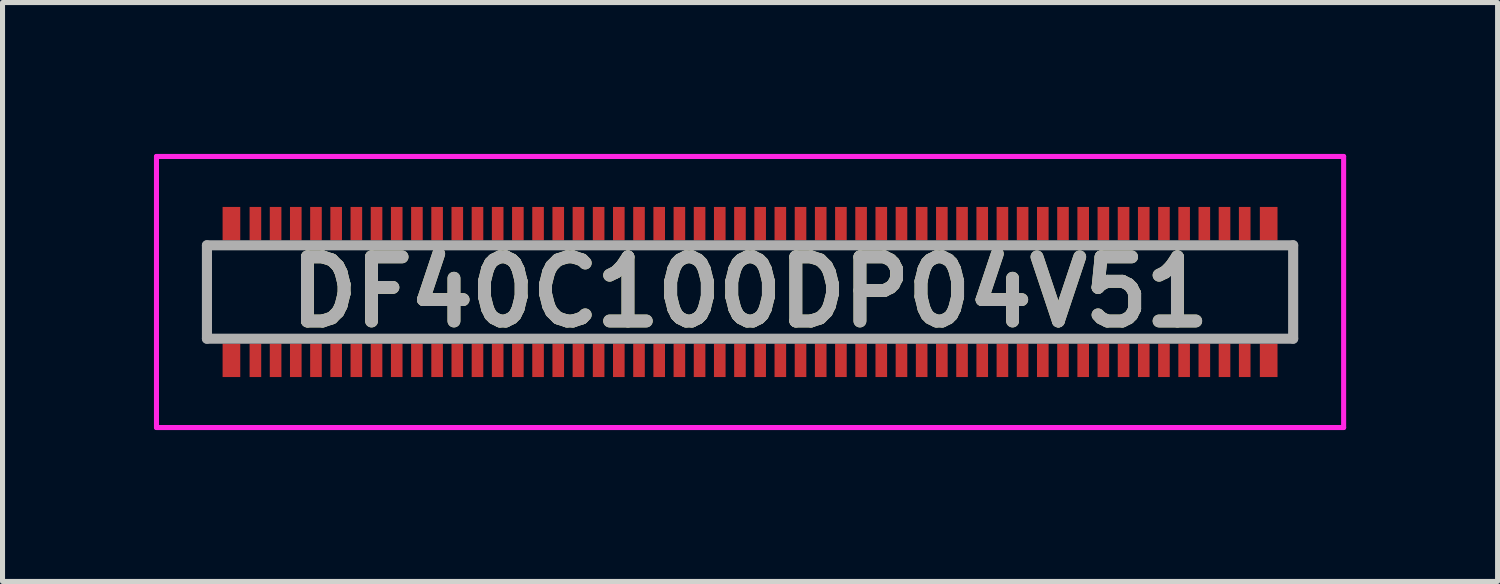
<source format=kicad_pcb>
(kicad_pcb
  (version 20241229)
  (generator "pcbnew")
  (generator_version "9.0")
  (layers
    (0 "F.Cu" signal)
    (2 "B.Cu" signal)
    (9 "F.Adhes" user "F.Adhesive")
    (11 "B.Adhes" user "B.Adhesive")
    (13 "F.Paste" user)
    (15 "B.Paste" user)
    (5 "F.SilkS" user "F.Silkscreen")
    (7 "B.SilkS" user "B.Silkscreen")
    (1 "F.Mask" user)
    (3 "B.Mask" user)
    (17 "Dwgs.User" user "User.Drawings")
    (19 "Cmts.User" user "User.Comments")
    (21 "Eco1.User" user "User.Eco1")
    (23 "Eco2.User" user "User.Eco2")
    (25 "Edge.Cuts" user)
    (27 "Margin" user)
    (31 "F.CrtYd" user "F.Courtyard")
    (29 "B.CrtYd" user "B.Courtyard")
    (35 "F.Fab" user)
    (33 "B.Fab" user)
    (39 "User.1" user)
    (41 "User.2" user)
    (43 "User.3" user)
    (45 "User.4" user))
  (footprint "DF40C100DP04V51"
    (layer "F.Cu")
    (at 11.81 2.735)
    (property "Reference" "DF40C100DP04V51" (at 0 0 0) (layer "F.SilkS") (effects (font (size 1.27 1.27) (thickness 0.254))))
    (attr smd)
    (fp_line (start -10.76 -0.925) (end -10.76 0.925) (stroke (width 0.1) (type solid)) (layer "F.SilkS"))
    (fp_line (start 10.76 -0.925) (end 10.76 0.925) (stroke (width 0.1) (type solid)) (layer "F.SilkS"))
    (fp_line (start -11.76 -2.685) (end 11.76 -2.685) (stroke (width 0.1) (type solid)) (layer "F.CrtYd"))
    (fp_line (start -11.76 2.685) (end -11.76 -2.685) (stroke (width 0.1) (type solid)) (layer "F.CrtYd"))
    (fp_line (start 11.76 -2.685) (end 11.76 2.685) (stroke (width 0.1) (type solid)) (layer "F.CrtYd"))
    (fp_line (start 11.76 2.685) (end -11.76 2.685) (stroke (width 0.1) (type solid)) (layer "F.CrtYd"))
    (fp_line (start -10.76 -0.925) (end 10.76 -0.925) (stroke (width 0.2) (type solid)) (layer "F.Fab"))
    (fp_line (start -10.76 0.925) (end -10.76 -0.925) (stroke (width 0.2) (type solid)) (layer "F.Fab"))
    (fp_line (start 10.76 -0.925) (end 10.76 0.925) (stroke (width 0.2) (type solid)) (layer "F.Fab"))
    (fp_line (start 10.76 0.925) (end -10.76 0.925) (stroke (width 0.2) (type solid)) (layer "F.Fab"))
    (fp_text user "${REFERENCE}" (at 0 0 0) (layer "F.Fab") (effects (font (size 1.27 1.27) (thickness 0.254))))
    (pad "1" smd rect (at -9.8 1.355) (size 0.23 0.66) (layers "F.Cu" "F.Mask" "F.Paste"))
    (pad "2" smd rect (at -9.8 -1.355) (size 0.23 0.66) (layers "F.Cu" "F.Mask" "F.Paste"))
    (pad "3" smd rect (at -9.4 1.355) (size 0.23 0.66) (layers "F.Cu" "F.Mask" "F.Paste"))
    (pad "4" smd rect (at -9.4 -1.355) (size 0.23 0.66) (layers "F.Cu" "F.Mask" "F.Paste"))
    (pad "5" smd rect (at -9 1.355) (size 0.23 0.66) (layers "F.Cu" "F.Mask" "F.Paste"))
    (pad "6" smd rect (at -9 -1.355) (size 0.23 0.66) (layers "F.Cu" "F.Mask" "F.Paste"))
    (pad "7" smd rect (at -8.6 1.355) (size 0.23 0.66) (layers "F.Cu" "F.Mask" "F.Paste"))
    (pad "8" smd rect (at -8.6 -1.355) (size 0.23 0.66) (layers "F.Cu" "F.Mask" "F.Paste"))
    (pad "9" smd rect (at -8.2 1.355) (size 0.23 0.66) (layers "F.Cu" "F.Mask" "F.Paste"))
    (pad "10" smd rect (at -8.2 -1.355) (size 0.23 0.66) (layers "F.Cu" "F.Mask" "F.Paste"))
    (pad "11" smd rect (at -7.8 1.355) (size 0.23 0.66) (layers "F.Cu" "F.Mask" "F.Paste"))
    (pad "12" smd rect (at -7.8 -1.355) (size 0.23 0.66) (layers "F.Cu" "F.Mask" "F.Paste"))
    (pad "13" smd rect (at -7.4 1.355) (size 0.23 0.66) (layers "F.Cu" "F.Mask" "F.Paste"))
    (pad "14" smd rect (at -7.4 -1.355) (size 0.23 0.66) (layers "F.Cu" "F.Mask" "F.Paste"))
    (pad "15" smd rect (at -7 1.355) (size 0.23 0.66) (layers "F.Cu" "F.Mask" "F.Paste"))
    (pad "16" smd rect (at -7 -1.355) (size 0.23 0.66) (layers "F.Cu" "F.Mask" "F.Paste"))
    (pad "17" smd rect (at -6.6 1.355) (size 0.23 0.66) (layers "F.Cu" "F.Mask" "F.Paste"))
    (pad "18" smd rect (at -6.6 -1.355) (size 0.23 0.66) (layers "F.Cu" "F.Mask" "F.Paste"))
    (pad "19" smd rect (at -6.2 1.355) (size 0.23 0.66) (layers "F.Cu" "F.Mask" "F.Paste"))
    (pad "20" smd rect (at -6.2 -1.355) (size 0.23 0.66) (layers "F.Cu" "F.Mask" "F.Paste"))
    (pad "21" smd rect (at -5.8 1.355) (size 0.23 0.66) (layers "F.Cu" "F.Mask" "F.Paste"))
    (pad "22" smd rect (at -5.8 -1.355) (size 0.23 0.66) (layers "F.Cu" "F.Mask" "F.Paste"))
    (pad "23" smd rect (at -5.4 1.355) (size 0.23 0.66) (layers "F.Cu" "F.Mask" "F.Paste"))
    (pad "24" smd rect (at -5.4 -1.355) (size 0.23 0.66) (layers "F.Cu" "F.Mask" "F.Paste"))
    (pad "25" smd rect (at -5 1.355) (size 0.23 0.66) (layers "F.Cu" "F.Mask" "F.Paste"))
    (pad "26" smd rect (at -5 -1.355) (size 0.23 0.66) (layers "F.Cu" "F.Mask" "F.Paste"))
    (pad "27" smd rect (at -4.6 1.355) (size 0.23 0.66) (layers "F.Cu" "F.Mask" "F.Paste"))
    (pad "28" smd rect (at -4.6 -1.355) (size 0.23 0.66) (layers "F.Cu" "F.Mask" "F.Paste"))
    (pad "29" smd rect (at -4.2 1.355) (size 0.23 0.66) (layers "F.Cu" "F.Mask" "F.Paste"))
    (pad "30" smd rect (at -4.2 -1.355) (size 0.23 0.66) (layers "F.Cu" "F.Mask" "F.Paste"))
    (pad "31" smd rect (at -3.8 1.355) (size 0.23 0.66) (layers "F.Cu" "F.Mask" "F.Paste"))
    (pad "32" smd rect (at -3.8 -1.355) (size 0.23 0.66) (layers "F.Cu" "F.Mask" "F.Paste"))
    (pad "33" smd rect (at -3.4 1.355) (size 0.23 0.66) (layers "F.Cu" "F.Mask" "F.Paste"))
    (pad "34" smd rect (at -3.4 -1.355) (size 0.23 0.66) (layers "F.Cu" "F.Mask" "F.Paste"))
    (pad "35" smd rect (at -3 1.355) (size 0.23 0.66) (layers "F.Cu" "F.Mask" "F.Paste"))
    (pad "36" smd rect (at -3 -1.355) (size 0.23 0.66) (layers "F.Cu" "F.Mask" "F.Paste"))
    (pad "37" smd rect (at -2.6 1.355) (size 0.23 0.66) (layers "F.Cu" "F.Mask" "F.Paste"))
    (pad "38" smd rect (at -2.6 -1.355) (size 0.23 0.66) (layers "F.Cu" "F.Mask" "F.Paste"))
    (pad "39" smd rect (at -2.2 1.355) (size 0.23 0.66) (layers "F.Cu" "F.Mask" "F.Paste"))
    (pad "40" smd rect (at -2.2 -1.355) (size 0.23 0.66) (layers "F.Cu" "F.Mask" "F.Paste"))
    (pad "41" smd rect (at -1.8 1.355) (size 0.23 0.66) (layers "F.Cu" "F.Mask" "F.Paste"))
    (pad "42" smd rect (at -1.8 -1.355) (size 0.23 0.66) (layers "F.Cu" "F.Mask" "F.Paste"))
    (pad "43" smd rect (at -1.4 1.355) (size 0.23 0.66) (layers "F.Cu" "F.Mask" "F.Paste"))
    (pad "44" smd rect (at -1.4 -1.355) (size 0.23 0.66) (layers "F.Cu" "F.Mask" "F.Paste"))
    (pad "45" smd rect (at -1 1.355) (size 0.23 0.66) (layers "F.Cu" "F.Mask" "F.Paste"))
    (pad "46" smd rect (at -1 -1.355) (size 0.23 0.66) (layers "F.Cu" "F.Mask" "F.Paste"))
    (pad "47" smd rect (at -0.6 1.355) (size 0.23 0.66) (layers "F.Cu" "F.Mask" "F.Paste"))
    (pad "48" smd rect (at -0.6 -1.355) (size 0.23 0.66) (layers "F.Cu" "F.Mask" "F.Paste"))
    (pad "49" smd rect (at -0.2 1.355) (size 0.23 0.66) (layers "F.Cu" "F.Mask" "F.Paste"))
    (pad "50" smd rect (at -0.2 -1.355) (size 0.23 0.66) (layers "F.Cu" "F.Mask" "F.Paste"))
    (pad "51" smd rect (at 0.2 1.355) (size 0.23 0.66) (layers "F.Cu" "F.Mask" "F.Paste"))
    (pad "52" smd rect (at 0.2 -1.355) (size 0.23 0.66) (layers "F.Cu" "F.Mask" "F.Paste"))
    (pad "53" smd rect (at 0.6 1.355) (size 0.23 0.66) (layers "F.Cu" "F.Mask" "F.Paste"))
    (pad "54" smd rect (at 0.6 -1.355) (size 0.23 0.66) (layers "F.Cu" "F.Mask" "F.Paste"))
    (pad "55" smd rect (at 1 1.355) (size 0.23 0.66) (layers "F.Cu" "F.Mask" "F.Paste"))
    (pad "56" smd rect (at 1 -1.355) (size 0.23 0.66) (layers "F.Cu" "F.Mask" "F.Paste"))
    (pad "57" smd rect (at 1.4 1.355) (size 0.23 0.66) (layers "F.Cu" "F.Mask" "F.Paste"))
    (pad "58" smd rect (at 1.4 -1.355) (size 0.23 0.66) (layers "F.Cu" "F.Mask" "F.Paste"))
    (pad "59" smd rect (at 1.8 1.355) (size 0.23 0.66) (layers "F.Cu" "F.Mask" "F.Paste"))
    (pad "60" smd rect (at 1.8 -1.355) (size 0.23 0.66) (layers "F.Cu" "F.Mask" "F.Paste"))
    (pad "61" smd rect (at 2.2 1.355) (size 0.23 0.66) (layers "F.Cu" "F.Mask" "F.Paste"))
    (pad "62" smd rect (at 2.2 -1.355) (size 0.23 0.66) (layers "F.Cu" "F.Mask" "F.Paste"))
    (pad "63" smd rect (at 2.6 1.355) (size 0.23 0.66) (layers "F.Cu" "F.Mask" "F.Paste"))
    (pad "64" smd rect (at 2.6 -1.355) (size 0.23 0.66) (layers "F.Cu" "F.Mask" "F.Paste"))
    (pad "65" smd rect (at 3 1.355) (size 0.23 0.66) (layers "F.Cu" "F.Mask" "F.Paste"))
    (pad "66" smd rect (at 3 -1.355) (size 0.23 0.66) (layers "F.Cu" "F.Mask" "F.Paste"))
    (pad "67" smd rect (at 3.4 1.355) (size 0.23 0.66) (layers "F.Cu" "F.Mask" "F.Paste"))
    (pad "68" smd rect (at 3.4 -1.355) (size 0.23 0.66) (layers "F.Cu" "F.Mask" "F.Paste"))
    (pad "69" smd rect (at 3.8 1.355) (size 0.23 0.66) (layers "F.Cu" "F.Mask" "F.Paste"))
    (pad "70" smd rect (at 3.8 -1.355) (size 0.23 0.66) (layers "F.Cu" "F.Mask" "F.Paste"))
    (pad "71" smd rect (at 4.2 1.355) (size 0.23 0.66) (layers "F.Cu" "F.Mask" "F.Paste"))
    (pad "72" smd rect (at 4.2 -1.355) (size 0.23 0.66) (layers "F.Cu" "F.Mask" "F.Paste"))
    (pad "73" smd rect (at 4.6 1.355) (size 0.23 0.66) (layers "F.Cu" "F.Mask" "F.Paste"))
    (pad "74" smd rect (at 4.6 -1.355) (size 0.23 0.66) (layers "F.Cu" "F.Mask" "F.Paste"))
    (pad "75" smd rect (at 5 1.355) (size 0.23 0.66) (layers "F.Cu" "F.Mask" "F.Paste"))
    (pad "76" smd rect (at 5 -1.355) (size 0.23 0.66) (layers "F.Cu" "F.Mask" "F.Paste"))
    (pad "77" smd rect (at 5.4 1.355) (size 0.23 0.66) (layers "F.Cu" "F.Mask" "F.Paste"))
    (pad "78" smd rect (at 5.4 -1.355) (size 0.23 0.66) (layers "F.Cu" "F.Mask" "F.Paste"))
    (pad "79" smd rect (at 5.8 1.355) (size 0.23 0.66) (layers "F.Cu" "F.Mask" "F.Paste"))
    (pad "80" smd rect (at 5.8 -1.355) (size 0.23 0.66) (layers "F.Cu" "F.Mask" "F.Paste"))
    (pad "81" smd rect (at 6.2 1.355) (size 0.23 0.66) (layers "F.Cu" "F.Mask" "F.Paste"))
    (pad "82" smd rect (at 6.2 -1.355) (size 0.23 0.66) (layers "F.Cu" "F.Mask" "F.Paste"))
    (pad "83" smd rect (at 6.6 1.355) (size 0.23 0.66) (layers "F.Cu" "F.Mask" "F.Paste"))
    (pad "84" smd rect (at 6.6 -1.355) (size 0.23 0.66) (layers "F.Cu" "F.Mask" "F.Paste"))
    (pad "85" smd rect (at 7 1.355) (size 0.23 0.66) (layers "F.Cu" "F.Mask" "F.Paste"))
    (pad "86" smd rect (at 7 -1.355) (size 0.23 0.66) (layers "F.Cu" "F.Mask" "F.Paste"))
    (pad "87" smd rect (at 7.4 1.355) (size 0.23 0.66) (layers "F.Cu" "F.Mask" "F.Paste"))
    (pad "88" smd rect (at 7.4 -1.355) (size 0.23 0.66) (layers "F.Cu" "F.Mask" "F.Paste"))
    (pad "89" smd rect (at 7.8 1.355) (size 0.23 0.66) (layers "F.Cu" "F.Mask" "F.Paste"))
    (pad "90" smd rect (at 7.8 -1.355) (size 0.23 0.66) (layers "F.Cu" "F.Mask" "F.Paste"))
    (pad "91" smd rect (at 8.2 1.355) (size 0.23 0.66) (layers "F.Cu" "F.Mask" "F.Paste"))
    (pad "92" smd rect (at 8.2 -1.355) (size 0.23 0.66) (layers "F.Cu" "F.Mask" "F.Paste"))
    (pad "93" smd rect (at 8.6 1.355) (size 0.23 0.66) (layers "F.Cu" "F.Mask" "F.Paste"))
    (pad "94" smd rect (at 8.6 -1.355) (size 0.23 0.66) (layers "F.Cu" "F.Mask" "F.Paste"))
    (pad "95" smd rect (at 9 1.355) (size 0.23 0.66) (layers "F.Cu" "F.Mask" "F.Paste"))
    (pad "96" smd rect (at 9 -1.355) (size 0.23 0.66) (layers "F.Cu" "F.Mask" "F.Paste"))
    (pad "97" smd rect (at 9.4 1.355) (size 0.23 0.66) (layers "F.Cu" "F.Mask" "F.Paste"))
    (pad "98" smd rect (at 9.4 -1.355) (size 0.23 0.66) (layers "F.Cu" "F.Mask" "F.Paste"))
    (pad "99" smd rect (at 9.8 1.355) (size 0.23 0.66) (layers "F.Cu" "F.Mask" "F.Paste"))
    (pad "100" smd rect (at 9.8 -1.355) (size 0.23 0.66) (layers "F.Cu" "F.Mask" "F.Paste"))
    (pad "101" smd rect (at -10.275 -1.355) (size 0.35 0.66) (layers "F.Cu" "F.Mask" "F.Paste"))
    (pad "102" smd rect (at -10.275 1.355) (size 0.35 0.66) (layers "F.Cu" "F.Mask" "F.Paste"))
    (pad "103" smd rect (at 10.275 1.355) (size 0.35 0.66) (layers "F.Cu" "F.Mask" "F.Paste"))
    (pad "104" smd rect (at 10.275 -1.355) (size 0.35 0.66) (layers "F.Cu" "F.Mask" "F.Paste")))
  (gr_rect
    (start -3 -3)
    (end 26.62 8.47)
    (stroke (width 0.1) (type default))
    (fill no)
    (layer "Edge.Cuts")))
</source>
